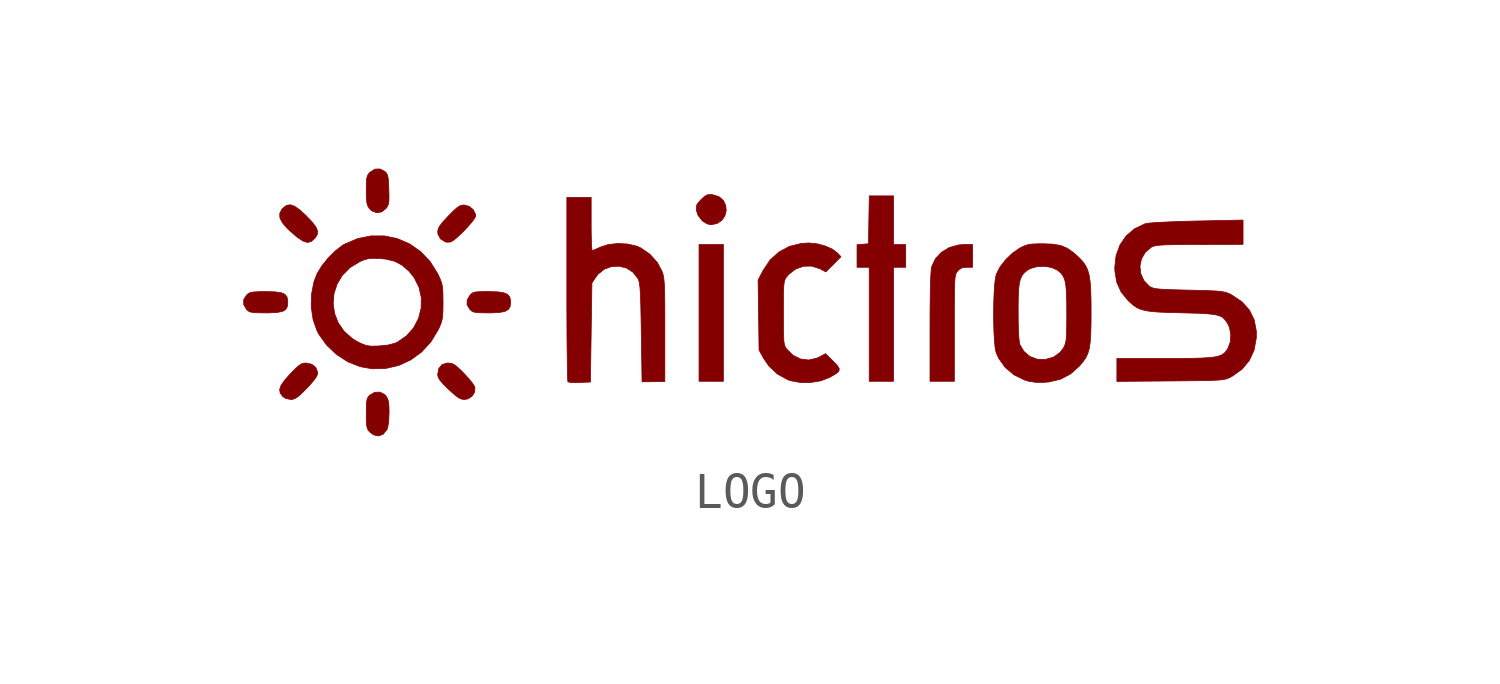
<source format=kicad_sym>
(kicad_symbol_lib
  (version 20210619)
  (generator bitmap2component)
  (symbol "LOGO"
    (pin_names
      (offset 1.016))
    (property "Reference" "#G"
      (at 0 4.488 0)
      (effects (font (size 1.27 1.27)) hide))
    (symbol "LOGO_0_0"
      (polyline (pts (xy -10.496 -3.708) (xy -10.393 -3.583) (xy -10.369 -3.518) (xy -10.341 -3.344) (xy -10.331 -3.103) (xy -10.334 -2.924) (xy -10.347 -2.794) (xy -10.374 -2.704) (xy -10.419 -2.631) (xy -10.458 -2.59) (xy -10.589 -2.525) (xy -10.735 -2.531) (xy -10.872 -2.611) (xy -10.914 -2.656) (xy -10.945 -2.714) (xy -10.962 -2.798) (xy -10.969 -2.929) (xy -10.971 -3.126) (xy -10.97 -3.318) (xy -10.962 -3.45) (xy -10.945 -3.537) (xy -10.915 -3.597) (xy -10.866 -3.652) (xy -10.764 -3.727) (xy -10.625 -3.757) (xy -10.496 -3.708)) (stroke (width 0.01)) (fill (type outline)))
      (polyline (pts (xy -13.051 -2.73) (xy -12.978 -2.709) (xy -12.896 -2.657) (xy -12.79 -2.564) (xy -12.643 -2.417) (xy -12.558 -2.327) (xy -12.431 -2.179) (xy -12.359 -2.07) (xy -12.337 -1.99) (xy -12.339 -1.961) (xy -12.391 -1.83) (xy -12.505 -1.741) (xy -12.662 -1.708) (xy -12.717 -1.711) (xy -12.789 -1.731) (xy -12.868 -1.782) (xy -12.969 -1.873) (xy -13.11 -2.017) (xy -13.259 -2.184) (xy -13.363 -2.331) (xy -13.405 -2.45) (xy -13.389 -2.551) (xy -13.319 -2.647) (xy -13.235 -2.702) (xy -13.091 -2.732) (xy -13.051 -2.73)) (stroke (width 0.01)) (fill (type outline)))
      (polyline (pts (xy -8.117 -2.715) (xy -7.999 -2.639) (xy -7.926 -2.524) (xy -7.919 -2.393) (xy -7.932 -2.361) (xy -7.997 -2.262) (xy -8.102 -2.134) (xy -8.23 -1.996) (xy -8.311 -1.914) (xy -8.427 -1.806) (xy -8.514 -1.744) (xy -8.59 -1.715) (xy -8.673 -1.708) (xy -8.698 -1.708) (xy -8.843 -1.752) (xy -8.933 -1.86) (xy -8.965 -2.027) (xy -8.964 -2.037) (xy -8.949 -2.111) (xy -8.9 -2.193) (xy -8.808 -2.299) (xy -8.661 -2.444) (xy -8.627 -2.476) (xy -8.484 -2.604) (xy -8.379 -2.682) (xy -8.295 -2.721) (xy -8.216 -2.732) (xy -8.117 -2.715)) (stroke (width 0.01)) (fill (type outline)))
      (polyline (pts (xy -4.975 -2.254) (xy -4.674 -2.241) (xy -4.653 -0.851) (xy -4.632 0.54) (xy -4.517 0.714) (xy -4.457 0.791) (xy -4.284 0.929) (xy -4.082 1.003) (xy -3.869 1.013) (xy -3.662 0.961) (xy -3.48 0.845) (xy -3.34 0.668) (xy -3.33 0.65) (xy -3.311 0.598) (xy -3.296 0.525) (xy -3.283 0.424) (xy -3.273 0.283) (xy -3.264 0.095) (xy -3.257 -0.15) (xy -3.251 -0.463) (xy -3.244 -0.851) (xy -3.223 -2.235) (xy -2.903 -2.232) (xy -2.583 -2.228) (xy -2.583 -0.76) (xy -2.583 -0.37) (xy -2.584 -0.054) (xy -2.587 0.196) (xy -2.592 0.39) (xy -2.6 0.539) (xy -2.61 0.651) (xy -2.624 0.738) (xy -2.641 0.808) (xy -2.663 0.871) (xy -2.796 1.118) (xy -3.004 1.35) (xy -3.263 1.528) (xy -3.379 1.578) (xy -3.632 1.636) (xy -3.907 1.65) (xy -4.174 1.621) (xy -4.4 1.547) (xy -4.471 1.513) (xy -4.572 1.469) (xy -4.624 1.451) (xy -4.632 1.482) (xy -4.641 1.585) (xy -4.647 1.747) (xy -4.652 1.957) (xy -4.653 2.198) (xy -4.653 2.946) (xy -5.336 2.946) (xy -5.336 0.364) (xy -5.336 -0.097) (xy -5.334 -0.533) (xy -5.332 -0.935) (xy -5.329 -1.297) (xy -5.325 -1.61) (xy -5.321 -1.869) (xy -5.316 -2.064) (xy -5.311 -2.189) (xy -5.306 -2.236) (xy -5.305 -2.237) (xy -5.246 -2.25) (xy -5.128 -2.256) (xy -4.975 -2.254)) (stroke (width 0.01)) (fill (type outline)))
      (polyline (pts (xy 1.798 -2.207) (xy 2.039 -2.115) (xy 2.084 -2.09) (xy 2.232 -2.003) (xy 2.308 -1.933) (xy 2.316 -1.864) (xy 2.262 -1.778) (xy 2.148 -1.659) (xy 1.934 -1.444) (xy 1.768 -1.533) (xy 1.688 -1.571) (xy 1.455 -1.623) (xy 1.226 -1.594) (xy 1.016 -1.489) (xy 0.836 -1.31) (xy 0.824 -1.292) (xy 0.797 -1.246) (xy 0.777 -1.188) (xy 0.763 -1.107) (xy 0.755 -0.99) (xy 0.75 -0.824) (xy 0.748 -0.598) (xy 0.747 -0.299) (xy 0.747 -0.187) (xy 0.748 0.086) (xy 0.751 0.29) (xy 0.757 0.438) (xy 0.768 0.541) (xy 0.783 0.613) (xy 0.805 0.665) (xy 0.835 0.709) (xy 0.896 0.782) (xy 1.089 0.932) (xy 1.309 1.012) (xy 1.542 1.016) (xy 1.771 0.942) (xy 1.941 0.853) (xy 2.365 1.278) (xy 2.264 1.385) (xy 2.263 1.386) (xy 2.119 1.494) (xy 1.917 1.582) (xy 1.688 1.643) (xy 1.458 1.665) (xy 1.251 1.652) (xy 0.917 1.569) (xy 0.623 1.412) (xy 0.374 1.187) (xy 0.179 0.895) (xy 0.037 0.622) (xy 0.051 -0.361) (xy 0.064 -1.345) (xy 0.191 -1.573) (xy 0.338 -1.789) (xy 0.58 -2.017) (xy 0.872 -2.177) (xy 0.953 -2.205) (xy 1.223 -2.254) (xy 1.516 -2.254) (xy 1.798 -2.207)) (stroke (width 0.01)) (fill (type outline)))
      (polyline (pts (xy 8.21 -2.239) (xy 8.534 -2.162) (xy 8.816 -2.014) (xy 9.066 -1.791) (xy 9.07 -1.785) (xy 9.168 -1.669) (xy 9.244 -1.558) (xy 9.301 -1.439) (xy 9.341 -1.299) (xy 9.367 -1.125) (xy 9.383 -0.904) (xy 9.39 -0.624) (xy 9.392 -0.272) (xy 9.39 0.057) (xy 9.382 0.354) (xy 9.364 0.589) (xy 9.335 0.774) (xy 9.29 0.923) (xy 9.228 1.046) (xy 9.146 1.157) (xy 9.04 1.267) (xy 8.905 1.389) (xy 8.726 1.515) (xy 8.541 1.593) (xy 8.323 1.632) (xy 8.047 1.643) (xy 7.899 1.642) (xy 7.737 1.635) (xy 7.617 1.617) (xy 7.514 1.583) (xy 7.402 1.528) (xy 7.384 1.519) (xy 7.178 1.375) (xy 6.986 1.188) (xy 6.828 0.982) (xy 6.728 0.782) (xy 6.705 0.684) (xy 6.684 0.502) (xy 6.668 0.267) (xy 6.658 -0.004) (xy 6.654 -0.271) (xy 7.343 -0.271) (xy 7.343 -0.168) (xy 7.346 0.131) (xy 7.357 0.361) (xy 7.377 0.534) (xy 7.41 0.663) (xy 7.459 0.76) (xy 7.526 0.837) (xy 7.615 0.908) (xy 7.684 0.947) (xy 7.867 0.998) (xy 8.076 1.009) (xy 8.277 0.979) (xy 8.437 0.908) (xy 8.479 0.876) (xy 8.557 0.805) (xy 8.615 0.722) (xy 8.656 0.615) (xy 8.683 0.472) (xy 8.699 0.28) (xy 8.707 0.027) (xy 8.709 -0.299) (xy 8.708 -0.586) (xy 8.705 -0.802) (xy 8.699 -0.96) (xy 8.688 -1.073) (xy 8.672 -1.156) (xy 8.648 -1.222) (xy 8.615 -1.286) (xy 8.524 -1.407) (xy 8.346 -1.537) (xy 8.337 -1.541) (xy 8.105 -1.609) (xy 7.879 -1.601) (xy 7.674 -1.524) (xy 7.505 -1.382) (xy 7.388 -1.182) (xy 7.377 -1.13) (xy 7.363 -0.993) (xy 7.352 -0.795) (xy 7.345 -0.549) (xy 7.343 -0.271) (xy 6.654 -0.271) (xy 6.654 -0.293) (xy 6.656 -0.583) (xy 6.664 -0.858) (xy 6.678 -1.099) (xy 6.698 -1.289) (xy 6.724 -1.411) (xy 6.796 -1.575) (xy 6.979 -1.831) (xy 7.226 -2.038) (xy 7.527 -2.186) (xy 7.644 -2.221) (xy 7.836 -2.25) (xy 8.074 -2.25) (xy 8.21 -2.239)) (stroke (width 0.01)) (fill (type outline)))
      (polyline (pts (xy -0.939 1.622) (xy -1.622 1.622) (xy -1.622 -2.22) (xy -0.939 -2.22) (xy -0.939 1.622)) (stroke (width 0.01)) (fill (type outline)))
      (polyline (pts (xy 3.842 0.982) (xy 4.184 0.982) (xy 4.184 1.622) (xy 3.842 1.622) (xy 3.842 2.988) (xy 3.161 2.988) (xy 3.149 2.316) (xy 3.138 1.643) (xy 2.978 1.63) (xy 2.817 1.617) (xy 2.817 0.982) (xy 3.159 0.982) (xy 3.159 -2.22) (xy 3.842 -2.22) (xy 3.842 0.982)) (stroke (width 0.01)) (fill (type outline)))
      (polyline (pts (xy 5.55 -0.732) (xy 5.55 -0.377) (xy 5.551 -0.049) (xy 5.552 0.211) (xy 5.556 0.411) (xy 5.561 0.561) (xy 5.569 0.67) (xy 5.581 0.746) (xy 5.596 0.798) (xy 5.614 0.837) (xy 5.638 0.869) (xy 5.667 0.903) (xy 5.76 0.965) (xy 5.894 0.982) (xy 6.062 0.982) (xy 6.062 1.622) (xy 5.816 1.621) (xy 5.668 1.61) (xy 5.409 1.537) (xy 5.187 1.404) (xy 5.017 1.219) (xy 4.912 0.994) (xy 4.909 0.979) (xy 4.897 0.869) (xy 4.886 0.683) (xy 4.878 0.426) (xy 4.872 0.107) (xy 4.868 -0.269) (xy 4.867 -0.694) (xy 4.867 -2.22) (xy 5.55 -2.22) (xy 5.55 -0.732)) (stroke (width 0.01)) (fill (type outline)))
      (polyline (pts (xy 11.622 -2.211) (xy 11.672 -2.211) (xy 12.061 -2.207) (xy 12.375 -2.204) (xy 12.624 -2.2) (xy 12.817 -2.194) (xy 12.963 -2.187) (xy 13.071 -2.177) (xy 13.152 -2.163) (xy 13.213 -2.147) (xy 13.266 -2.125) (xy 13.319 -2.099) (xy 13.362 -2.076) (xy 13.636 -1.878) (xy 13.841 -1.631) (xy 13.974 -1.339) (xy 14.034 -1.003) (xy 14.034 -0.809) (xy 13.975 -0.495) (xy 13.839 -0.22) (xy 13.63 0.013) (xy 13.348 0.202) (xy 13.335 0.209) (xy 13.264 0.244) (xy 13.195 0.271) (xy 13.117 0.291) (xy 13.016 0.306) (xy 12.88 0.317) (xy 12.697 0.325) (xy 12.454 0.333) (xy 12.137 0.34) (xy 11.927 0.345) (xy 11.657 0.353) (xy 11.453 0.361) (xy 11.304 0.371) (xy 11.198 0.384) (xy 11.125 0.401) (xy 11.072 0.423) (xy 11.027 0.451) (xy 10.875 0.61) (xy 10.787 0.804) (xy 10.765 1.013) (xy 10.808 1.219) (xy 10.915 1.403) (xy 11.085 1.546) (xy 11.086 1.548) (xy 11.132 1.569) (xy 11.193 1.586) (xy 11.279 1.599) (xy 11.4 1.609) (xy 11.566 1.615) (xy 11.787 1.619) (xy 12.074 1.622) (xy 12.436 1.623) (xy 13.661 1.627) (xy 13.661 2.309) (xy 12.369 2.282) (xy 12.266 2.28) (xy 11.94 2.271) (xy 11.639 2.26) (xy 11.376 2.248) (xy 11.161 2.235) (xy 11.008 2.222) (xy 10.928 2.209) (xy 10.898 2.2) (xy 10.612 2.063) (xy 10.379 1.864) (xy 10.204 1.611) (xy 10.095 1.314) (xy 10.058 0.982) (xy 10.062 0.866) (xy 10.115 0.556) (xy 10.236 0.289) (xy 10.429 0.051) (xy 10.482 0.001) (xy 10.579 -0.084) (xy 10.676 -0.15) (xy 10.784 -0.199) (xy 10.917 -0.235) (xy 11.086 -0.26) (xy 11.304 -0.277) (xy 11.582 -0.288) (xy 11.934 -0.297) (xy 12.129 -0.302) (xy 12.427 -0.311) (xy 12.658 -0.324) (xy 12.832 -0.342) (xy 12.959 -0.368) (xy 13.053 -0.405) (xy 13.122 -0.456) (xy 13.179 -0.524) (xy 13.236 -0.611) (xy 13.28 -0.708) (xy 13.318 -0.911) (xy 13.302 -1.122) (xy 13.233 -1.303) (xy 13.189 -1.369) (xy 13.136 -1.428) (xy 13.069 -1.475) (xy 12.979 -1.511) (xy 12.857 -1.538) (xy 12.695 -1.556) (xy 12.483 -1.569) (xy 12.213 -1.576) (xy 11.875 -1.579) (xy 11.461 -1.579) (xy 10.117 -1.579) (xy 10.117 -2.224) (xy 11.622 -2.211)) (stroke (width 0.01)) (fill (type outline)))
      (polyline (pts (xy -10.426 -1.86) (xy -10.061 -1.776) (xy -9.721 -1.619) (xy -9.415 -1.396) (xy -9.154 -1.111) (xy -8.947 -0.768) (xy -8.923 -0.716) (xy -8.873 -0.599) (xy -8.842 -0.493) (xy -8.824 -0.374) (xy -8.817 -0.218) (xy -8.815 0) (xy -8.816 0.094) (xy -8.819 0.285) (xy -8.829 0.424) (xy -8.852 0.535) (xy -8.89 0.641) (xy -8.947 0.768) (xy -8.969 0.811) (xy -9.183 1.15) (xy -9.45 1.427) (xy -9.758 1.641) (xy -10.098 1.787) (xy -10.46 1.863) (xy -10.834 1.864) (xy -11.211 1.789) (xy -11.58 1.633) (xy -11.645 1.594) (xy -11.845 1.438) (xy -12.046 1.237) (xy -12.223 1.017) (xy -12.354 0.802) (xy -12.442 0.573) (xy -12.509 0.227) (xy -12.515 -0.037) (xy -11.901 -0.037) (xy -11.878 0.243) (xy -11.79 0.513) (xy -11.64 0.761) (xy -11.427 0.975) (xy -11.152 1.142) (xy -11.035 1.191) (xy -10.913 1.225) (xy -10.778 1.235) (xy -10.593 1.229) (xy -10.426 1.213) (xy -10.176 1.152) (xy -9.965 1.041) (xy -9.767 0.868) (xy -9.626 0.693) (xy -9.49 0.421) (xy -9.425 0.131) (xy -9.43 -0.164) (xy -9.501 -0.45) (xy -9.638 -0.713) (xy -9.836 -0.941) (xy -10.096 -1.121) (xy -10.157 -1.149) (xy -10.35 -1.201) (xy -10.608 -1.228) (xy -10.678 -1.231) (xy -10.837 -1.233) (xy -10.955 -1.218) (xy -11.067 -1.181) (xy -11.206 -1.115) (xy -11.357 -1.025) (xy -11.59 -0.822) (xy -11.758 -0.582) (xy -11.862 -0.316) (xy -11.901 -0.037) (xy -12.515 -0.037) (xy -12.517 -0.134) (xy -12.465 -0.486) (xy -12.354 -0.802) (xy -12.303 -0.899) (xy -12.083 -1.206) (xy -11.805 -1.469) (xy -11.484 -1.676) (xy -11.137 -1.811) (xy -10.806 -1.869) (xy -10.426 -1.86)) (stroke (width 0.01)) (fill (type outline)))
      (polyline (pts (xy -13.684 -0.298) (xy -13.47 -0.286) (xy -13.324 -0.257) (xy -13.234 -0.203) (xy -13.189 -0.119) (xy -13.177 0) (xy -13.178 0.045) (xy -13.2 0.152) (xy -13.26 0.225) (xy -13.369 0.27) (xy -13.539 0.292) (xy -13.782 0.299) (xy -13.975 0.297) (xy -14.118 0.29) (xy -14.213 0.275) (xy -14.277 0.248) (xy -14.33 0.206) (xy -14.332 0.204) (xy -14.414 0.076) (xy -14.415 -0.065) (xy -14.336 -0.2) (xy -14.328 -0.208) (xy -14.28 -0.25) (xy -14.22 -0.276) (xy -14.131 -0.291) (xy -13.993 -0.297) (xy -13.788 -0.299) (xy -13.684 -0.298)) (stroke (width 0.01)) (fill (type outline)))
      (polyline (pts (xy -7.468 -0.299) (xy -7.239 -0.288) (xy -7.08 -0.259) (xy -6.981 -0.204) (xy -6.93 -0.12) (xy -6.916 0) (xy -6.916 0.033) (xy -6.939 0.144) (xy -7 0.22) (xy -7.112 0.267) (xy -7.285 0.292) (xy -7.532 0.299) (xy -7.617 0.299) (xy -7.789 0.296) (xy -7.902 0.288) (xy -7.973 0.269) (xy -8.021 0.237) (xy -8.065 0.186) (xy -8.137 0.061) (xy -8.14 -0.071) (xy -8.061 -0.2) (xy -8.058 -0.203) (xy -8.009 -0.247) (xy -7.951 -0.275) (xy -7.863 -0.29) (xy -7.729 -0.297) (xy -7.527 -0.299) (xy -7.468 -0.299)) (stroke (width 0.01)) (fill (type outline)))
      (polyline (pts (xy -12.514 1.708) (xy -12.412 1.8) (xy -12.408 1.804) (xy -12.349 1.899) (xy -12.338 1.996) (xy -12.382 2.107) (xy -12.484 2.244) (xy -12.65 2.42) (xy -12.652 2.422) (xy -12.839 2.595) (xy -12.988 2.699) (xy -13.111 2.739) (xy -13.217 2.718) (xy -13.317 2.639) (xy -13.346 2.606) (xy -13.403 2.491) (xy -13.397 2.367) (xy -13.324 2.228) (xy -13.182 2.065) (xy -12.966 1.872) (xy -12.904 1.822) (xy -12.746 1.718) (xy -12.621 1.68) (xy -12.514 1.708)) (stroke (width 0.01)) (fill (type outline)))
      (polyline (pts (xy -8.602 1.693) (xy -8.583 1.701) (xy -8.495 1.759) (xy -8.378 1.86) (xy -8.247 1.986) (xy -8.118 2.122) (xy -8.006 2.251) (xy -7.927 2.356) (xy -7.897 2.422) (xy -7.903 2.473) (xy -7.967 2.601) (xy -8.082 2.695) (xy -8.221 2.732) (xy -8.265 2.73) (xy -8.338 2.71) (xy -8.419 2.659) (xy -8.522 2.567) (xy -8.666 2.423) (xy -8.677 2.41) (xy -8.818 2.258) (xy -8.906 2.146) (xy -8.951 2.058) (xy -8.964 1.981) (xy -8.957 1.914) (xy -8.886 1.782) (xy -8.751 1.696) (xy -8.704 1.687) (xy -8.602 1.693)) (stroke (width 0.01)) (fill (type outline)))
      (polyline (pts (xy -1.29 2.177) (xy -1.113 2.213) (xy -0.981 2.302) (xy -0.896 2.428) (xy -0.859 2.574) (xy -0.873 2.723) (xy -0.937 2.857) (xy -1.054 2.961) (xy -1.226 3.018) (xy -1.289 3.025) (xy -1.383 3.02) (xy -1.462 2.978) (xy -1.562 2.886) (xy -1.605 2.842) (xy -1.677 2.753) (xy -1.701 2.674) (xy -1.693 2.571) (xy -1.655 2.451) (xy -1.538 2.295) (xy -1.514 2.274) (xy -1.4 2.205) (xy -1.299 2.177) (xy -1.29 2.177)) (stroke (width 0.01)) (fill (type outline)))
      (polyline (pts (xy -10.537 2.539) (xy -10.415 2.636) (xy -10.381 2.685) (xy -10.351 2.752) (xy -10.336 2.841) (xy -10.333 2.975) (xy -10.338 3.173) (xy -10.345 3.345) (xy -10.356 3.483) (xy -10.375 3.572) (xy -10.406 3.63) (xy -10.453 3.675) (xy -10.584 3.744) (xy -10.729 3.74) (xy -10.866 3.652) (xy -10.908 3.606) (xy -10.942 3.546) (xy -10.961 3.463) (xy -10.969 3.337) (xy -10.971 3.145) (xy -10.971 3.074) (xy -10.966 2.898) (xy -10.952 2.78) (xy -10.925 2.698) (xy -10.883 2.631) (xy -10.813 2.565) (xy -10.678 2.515) (xy -10.537 2.539)) (stroke (width 0.01)) (fill (type outline))))))
</source>
